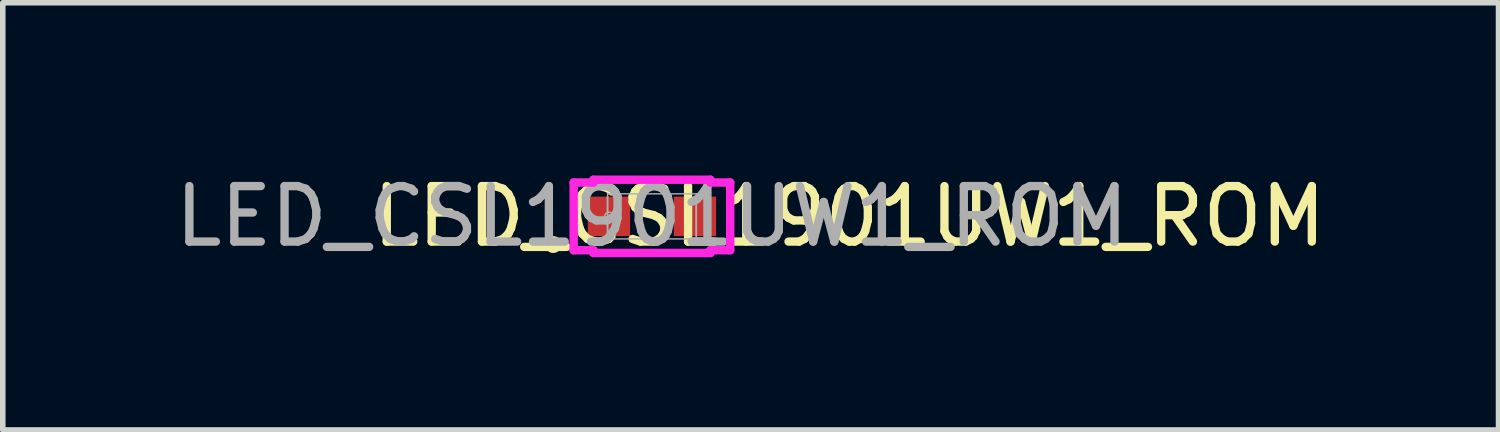
<source format=kicad_pcb>
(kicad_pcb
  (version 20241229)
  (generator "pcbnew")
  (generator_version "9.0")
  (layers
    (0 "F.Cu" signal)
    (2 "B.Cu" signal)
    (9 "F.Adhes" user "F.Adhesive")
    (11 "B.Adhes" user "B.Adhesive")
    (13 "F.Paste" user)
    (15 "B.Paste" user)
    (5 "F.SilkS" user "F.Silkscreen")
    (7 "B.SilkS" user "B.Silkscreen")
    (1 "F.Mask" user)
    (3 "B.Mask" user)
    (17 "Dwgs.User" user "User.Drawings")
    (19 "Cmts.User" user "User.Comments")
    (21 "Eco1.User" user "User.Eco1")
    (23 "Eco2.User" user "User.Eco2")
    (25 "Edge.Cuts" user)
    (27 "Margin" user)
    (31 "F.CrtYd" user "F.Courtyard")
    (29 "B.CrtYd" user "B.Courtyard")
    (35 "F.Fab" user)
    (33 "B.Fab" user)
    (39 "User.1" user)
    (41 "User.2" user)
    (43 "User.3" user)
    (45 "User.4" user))
  (footprint "LED_CSL1901UW1_ROM"
    (layer "F.Cu")
    (at 8.696 0.848)
    (property "Reference" "LED_CSL1901UW1_ROM" (at 3.556 0 0) (unlocked yes) (layer "F.SilkS") (effects (font (size 1 1) (thickness 0.15))))
    (attr smd)
    (fp_circle (center -1.778 0.508) (end -1.702 0.508) (stroke (width 0.152) (type solid)) (fill no) (layer "F.SilkS"))
    (fp_line (start -1.41 -0.61) (end -1.054 -0.61) (stroke (width 0.152) (type solid)) (layer "F.CrtYd"))
    (fp_line (start -1.41 0.61) (end -1.41 -0.61) (stroke (width 0.152) (type solid)) (layer "F.CrtYd"))
    (fp_line (start -1.054 -0.66) (end 1.054 -0.66) (stroke (width 0.152) (type solid)) (layer "F.CrtYd"))
    (fp_line (start -1.054 -0.61) (end -1.054 -0.66) (stroke (width 0.152) (type solid)) (layer "F.CrtYd"))
    (fp_line (start -1.054 0.61) (end -1.41 0.61) (stroke (width 0.152) (type solid)) (layer "F.CrtYd"))
    (fp_line (start -1.054 0.66) (end -1.054 0.61) (stroke (width 0.152) (type solid)) (layer "F.CrtYd"))
    (fp_line (start 1.054 -0.66) (end 1.054 -0.61) (stroke (width 0.152) (type solid)) (layer "F.CrtYd"))
    (fp_line (start 1.054 -0.61) (end 1.41 -0.61) (stroke (width 0.152) (type solid)) (layer "F.CrtYd"))
    (fp_line (start 1.054 0.61) (end 1.054 0.66) (stroke (width 0.152) (type solid)) (layer "F.CrtYd"))
    (fp_line (start 1.054 0.66) (end -1.054 0.66) (stroke (width 0.152) (type solid)) (layer "F.CrtYd"))
    (fp_line (start 1.41 -0.61) (end 1.41 0.61) (stroke (width 0.152) (type solid)) (layer "F.CrtYd"))
    (fp_line (start 1.41 0.61) (end 1.054 0.61) (stroke (width 0.152) (type solid)) (layer "F.CrtYd"))
    (fp_line (start -0.8 -0.406) (end -0.8 0.406) (stroke (width 0.025) (type solid)) (layer "F.Fab"))
    (fp_line (start -0.8 -0.356) (end -0.8 -0.356) (stroke (width 0.025) (type solid)) (layer "F.Fab"))
    (fp_line (start -0.8 -0.356) (end -0.8 0.356) (stroke (width 0.025) (type solid)) (layer "F.Fab"))
    (fp_line (start -0.8 0.356) (end -0.8 -0.356) (stroke (width 0.025) (type solid)) (layer "F.Fab"))
    (fp_line (start -0.8 0.356) (end -0.8 0.356) (stroke (width 0.025) (type solid)) (layer "F.Fab"))
    (fp_line (start -0.8 0.406) (end 0.8 0.406) (stroke (width 0.025) (type solid)) (layer "F.Fab"))
    (fp_line (start 0.8 -0.406) (end -0.8 -0.406) (stroke (width 0.025) (type solid)) (layer "F.Fab"))
    (fp_line (start 0.8 -0.356) (end 0.8 -0.356) (stroke (width 0.025) (type solid)) (layer "F.Fab"))
    (fp_line (start 0.8 -0.356) (end 0.8 0.356) (stroke (width 0.025) (type solid)) (layer "F.Fab"))
    (fp_line (start 0.8 0.356) (end 0.8 -0.356) (stroke (width 0.025) (type solid)) (layer "F.Fab"))
    (fp_line (start 0.8 0.356) (end 0.8 0.356) (stroke (width 0.025) (type solid)) (layer "F.Fab"))
    (fp_line (start 0.8 0.406) (end 0.8 -0.406) (stroke (width 0.025) (type solid)) (layer "F.Fab"))
    (fp_circle (center -0.775 0) (end -0.699 0) (stroke (width 0.025) (type solid)) (fill no) (layer "F.Fab"))
    (fp_text user "${REFERENCE}" (at 0 0 0) (unlocked yes) (layer "F.Fab") (effects (font (size 1 1) (thickness 0.15))))
    (pad "1" smd rect (at -0.775 0) (size 0.762 0.711) (layers "F.Cu" "F.Mask" "F.Paste"))
    (pad "2" smd rect (at 0.775 0) (size 0.762 0.711) (layers "F.Cu" "F.Mask" "F.Paste"))
    (zone (net_name "") (layer "F.Cu") (hatch full 0.508) (connect_pads) (min_thickness 0.254) (filled_areas_thickness no) (keepout (tracks not_allowed) (vias not_allowed) (pads allowed) (copperpour not_allowed) (footprints allowed)) (placement (enabled no)) (fill) (polygon (pts (xy 8.354 0.493) (xy 9.039 0.493) (xy 9.039 1.204) (xy 8.354 1.204)))))
  (gr_rect
    (start -3 -3)
    (end 23.949 4.697)
    (stroke (width 0.1) (type default))
    (fill no)
    (layer "Edge.Cuts")))
</source>
